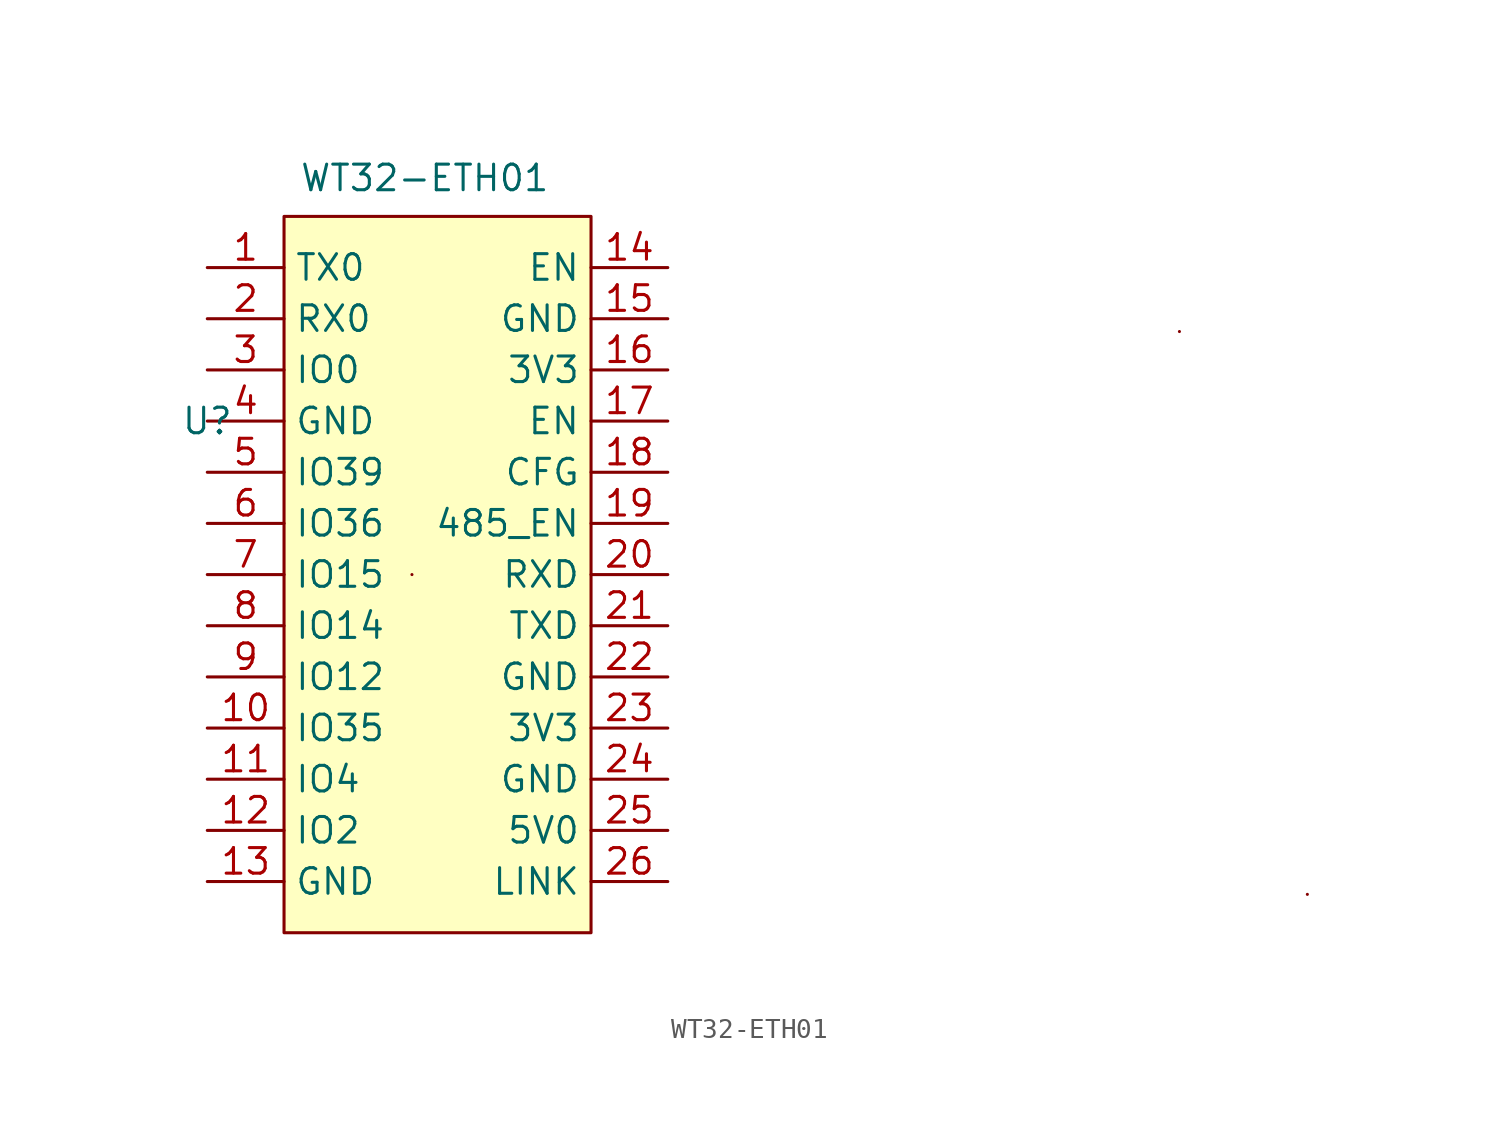
<source format=kicad_sym>
(kicad_symbol_lib
  (version 20211014)
  (generator kicad_symbol_editor)
  (symbol "WT32-ETH01"
    (property "Reference" "U"
      (at 0 27.305 0)
      (effects (font (size 1.27 1.27))))
    (property "Value" "WT32-ETH01"
      (at 10.795 39.37 0)
      (effects (font (size 1.27 1.27))))
    (symbol "WT32-ETH01_0_1"
      (polyline (pts (xy 10.16 19.685) (xy 10.16 19.685)) (stroke (width 0) (type default) (color 0 0 0 0)) (fill (type none)))
      (polyline (pts (xy 48.26 31.75) (xy 48.26 31.75)) (stroke (width 0) (type default) (color 0 0 0 0)) (fill (type none)))
      (rectangle (start 3.81 37.465) (end 19.05 1.905) (stroke (width 0) (type default) (color 0 0 0 0)) (fill (type background)))
      (rectangle (start 54.61 3.81) (end 54.61 3.81) (stroke (width 0) (type default) (color 0 0 0 0)) (fill (type none))))
    (symbol "WT32-ETH01_1_1"
      (pin output line (at 0 34.925 0) (length 3.81) (name "TX0" (effects (font (size 1.27 1.27)))) (number "1" (effects (font (size 1.27 1.27)))))
      (pin output line (at 0 12.065 0) (length 3.81) (name "IO35" (effects (font (size 1.27 1.27)))) (number "10" (effects (font (size 1.27 1.27)))))
      (pin output line (at 0 9.525 0) (length 3.81) (name "IO4" (effects (font (size 1.27 1.27)))) (number "11" (effects (font (size 1.27 1.27)))))
      (pin output line (at 0 6.985 0) (length 3.81) (name "IO2" (effects (font (size 1.27 1.27)))) (number "12" (effects (font (size 1.27 1.27)))))
      (pin output line (at 0 4.445 0) (length 3.81) (name "GND" (effects (font (size 1.27 1.27)))) (number "13" (effects (font (size 1.27 1.27)))))
      (pin output line (at 22.86 34.925 180) (length 3.81) (name "EN" (effects (font (size 1.27 1.27)))) (number "14" (effects (font (size 1.27 1.27)))))
      (pin output line (at 22.86 32.385 180) (length 3.81) (name "GND" (effects (font (size 1.27 1.27)))) (number "15" (effects (font (size 1.27 1.27)))))
      (pin output line (at 22.86 29.845 180) (length 3.81) (name "3V3" (effects (font (size 1.27 1.27)))) (number "16" (effects (font (size 1.27 1.27)))))
      (pin output line (at 22.86 27.305 180) (length 3.81) (name "EN" (effects (font (size 1.27 1.27)))) (number "17" (effects (font (size 1.27 1.27)))))
      (pin output line (at 22.86 24.765 180) (length 3.81) (name "CFG" (effects (font (size 1.27 1.27)))) (number "18" (effects (font (size 1.27 1.27)))))
      (pin output line (at 22.86 22.225 180) (length 3.81) (name "485_EN" (effects (font (size 1.27 1.27)))) (number "19" (effects (font (size 1.27 1.27)))))
      (pin output line (at 0 32.385 0) (length 3.81) (name "RX0" (effects (font (size 1.27 1.27)))) (number "2" (effects (font (size 1.27 1.27)))))
      (pin output line (at 22.86 19.685 180) (length 3.81) (name "RXD" (effects (font (size 1.27 1.27)))) (number "20" (effects (font (size 1.27 1.27)))))
      (pin output line (at 22.86 17.145 180) (length 3.81) (name "TXD" (effects (font (size 1.27 1.27)))) (number "21" (effects (font (size 1.27 1.27)))))
      (pin output line (at 22.86 14.605 180) (length 3.81) (name "GND" (effects (font (size 1.27 1.27)))) (number "22" (effects (font (size 1.27 1.27)))))
      (pin output line (at 22.86 12.065 180) (length 3.81) (name "3V3" (effects (font (size 1.27 1.27)))) (number "23" (effects (font (size 1.27 1.27)))))
      (pin output line (at 22.86 9.525 180) (length 3.81) (name "GND" (effects (font (size 1.27 1.27)))) (number "24" (effects (font (size 1.27 1.27)))))
      (pin output line (at 22.86 6.985 180) (length 3.81) (name "5V0" (effects (font (size 1.27 1.27)))) (number "25" (effects (font (size 1.27 1.27)))))
      (pin output line (at 22.86 4.445 180) (length 3.81) (name "LINK" (effects (font (size 1.27 1.27)))) (number "26" (effects (font (size 1.27 1.27)))))
      (pin output line (at 0 29.845 0) (length 3.81) (name "IO0" (effects (font (size 1.27 1.27)))) (number "3" (effects (font (size 1.27 1.27)))))
      (pin output line (at 0 27.305 0) (length 3.81) (name "GND" (effects (font (size 1.27 1.27)))) (number "4" (effects (font (size 1.27 1.27)))))
      (pin output line (at 0 24.765 0) (length 3.81) (name "IO39" (effects (font (size 1.27 1.27)))) (number "5" (effects (font (size 1.27 1.27)))))
      (pin output line (at 0 22.225 0) (length 3.81) (name "IO36" (effects (font (size 1.27 1.27)))) (number "6" (effects (font (size 1.27 1.27)))))
      (pin output line (at 0 19.685 0) (length 3.81) (name "IO15" (effects (font (size 1.27 1.27)))) (number "7" (effects (font (size 1.27 1.27)))))
      (pin output line (at 0 17.145 0) (length 3.81) (name "IO14" (effects (font (size 1.27 1.27)))) (number "8" (effects (font (size 1.27 1.27)))))
      (pin output line (at 0 14.605 0) (length 3.81) (name "IO12" (effects (font (size 1.27 1.27)))) (number "9" (effects (font (size 1.27 1.27))))))))
</source>
